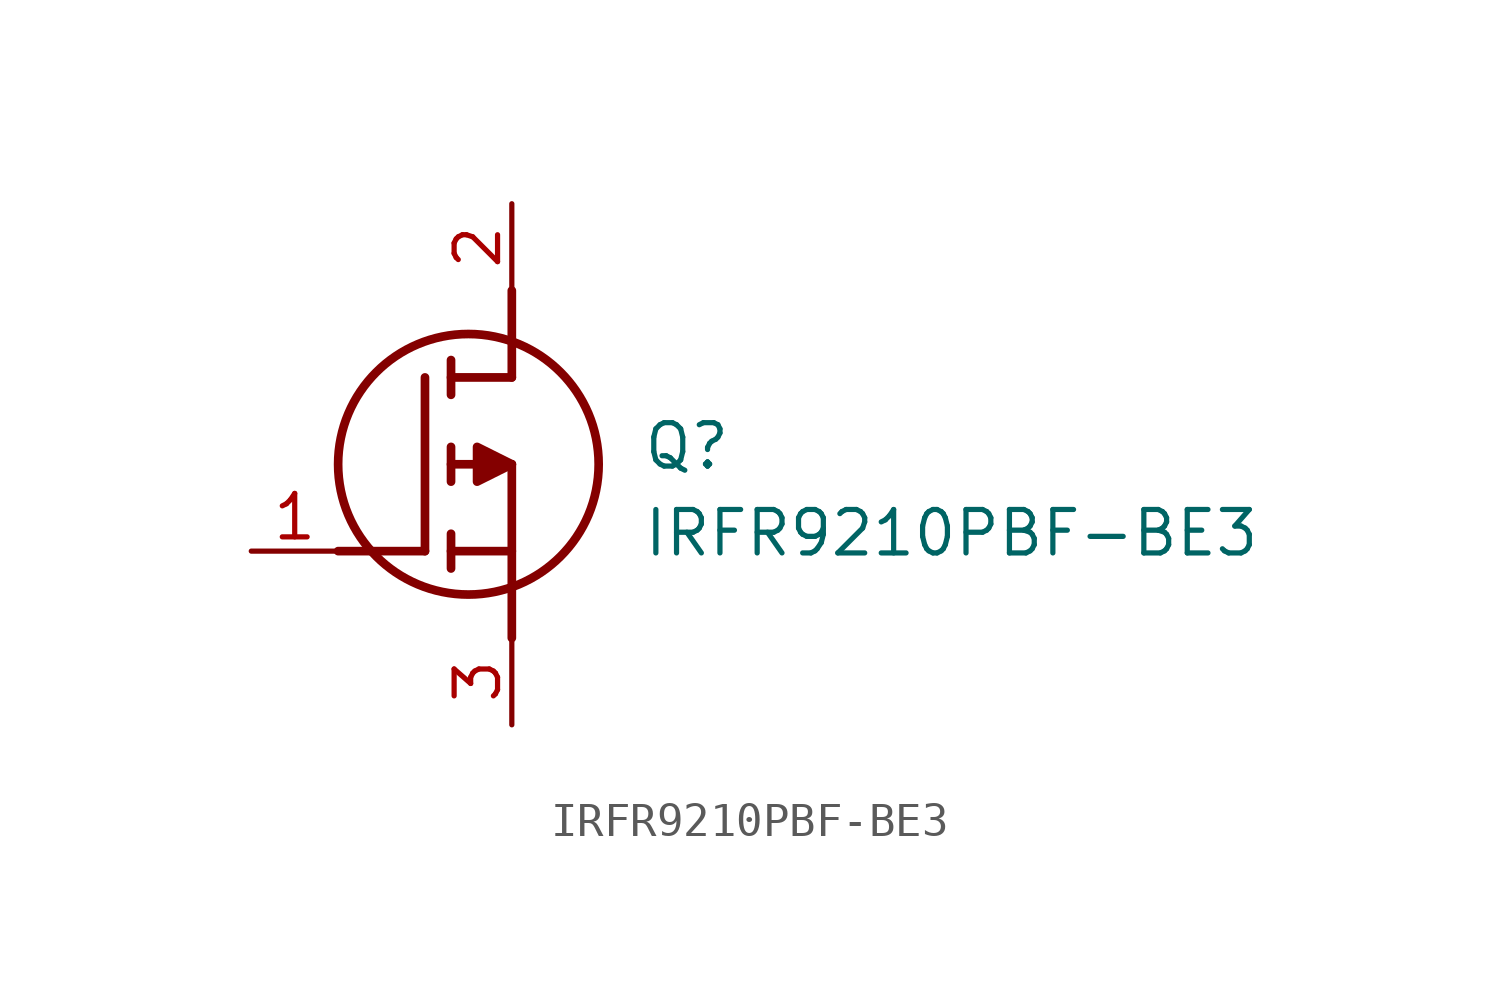
<source format=kicad_sym>
(kicad_symbol_lib
  (version 20211014)
  (generator SamacSys_ECAD_Model)
  (symbol "IRFR9210PBF-BE3"
    (pin_names hide)
    (property "Reference" "Q"
      (at 11.43 3.81 0)
      (effects (font (size 1.27 1.27)) (justify left top)))
    (property "Value" "IRFR9210PBF-BE3"
      (at 11.43 1.27 0)
      (effects (font (size 1.27 1.27)) (justify left top)))
    (polyline
      (pts (xy 7.62 2.54) (xy 7.62 -2.54))
      (stroke (width 0.254) (type default))
      (fill (type none)))
    (polyline
      (pts (xy 7.62 5.08) (xy 7.62 7.62))
      (stroke (width 0.254) (type default))
      (fill (type none)))
    (polyline
      (pts (xy 2.54 0) (xy 5.08 0))
      (stroke (width 0.254) (type default))
      (fill (type none)))
    (polyline
      (pts (xy 5.08 5.08) (xy 5.08 0))
      (stroke (width 0.254) (type default))
      (fill (type none)))
    (polyline
      (pts (xy 7.62 2.54) (xy 5.842 2.54))
      (stroke (width 0.254) (type default))
      (fill (type none)))
    (polyline
      (pts (xy 7.62 5.08) (xy 5.842 5.08))
      (stroke (width 0.254) (type default))
      (fill (type none)))
    (polyline
      (pts (xy 5.842 0) (xy 7.62 0))
      (stroke (width 0.254) (type default))
      (fill (type none)))
    (polyline
      (pts (xy 5.842 5.588) (xy 5.842 4.572))
      (stroke (width 0.254) (type default))
      (fill (type none)))
    (polyline
      (pts (xy 5.842 -0.508) (xy 5.842 0.508))
      (stroke (width 0.254) (type default))
      (fill (type none)))
    (polyline
      (pts (xy 5.842 2.032) (xy 5.842 3.048))
      (stroke (width 0.254) (type default))
      (fill (type none)))
    (circle
      (center 6.35 2.54)
      (radius 3.81)
      (stroke (width 0.254) (type default))
      (fill (type none)))
    (polyline
      (pts (xy 7.62 2.54) (xy 6.604 3.048) (xy 6.604 2.032) (xy 7.62 2.54))
      (stroke (width 0.254) (type default))
      (fill (type outline)))
    (pin passive line
      (at 0 0 0)
      (length 2.54)
      (name "G" (effects (font (size 1.27 1.27))))
      (number "1" (effects (font (size 1.27 1.27)))))
    (pin passive line
      (at 7.62 10.16 270)
      (length 2.54)
      (name "D" (effects (font (size 1.27 1.27))))
      (number "2" (effects (font (size 1.27 1.27)))))
    (pin passive line
      (at 7.62 -5.08 90)
      (length 2.54)
      (name "S" (effects (font (size 1.27 1.27))))
      (number "3" (effects (font (size 1.27 1.27)))))))
</source>
